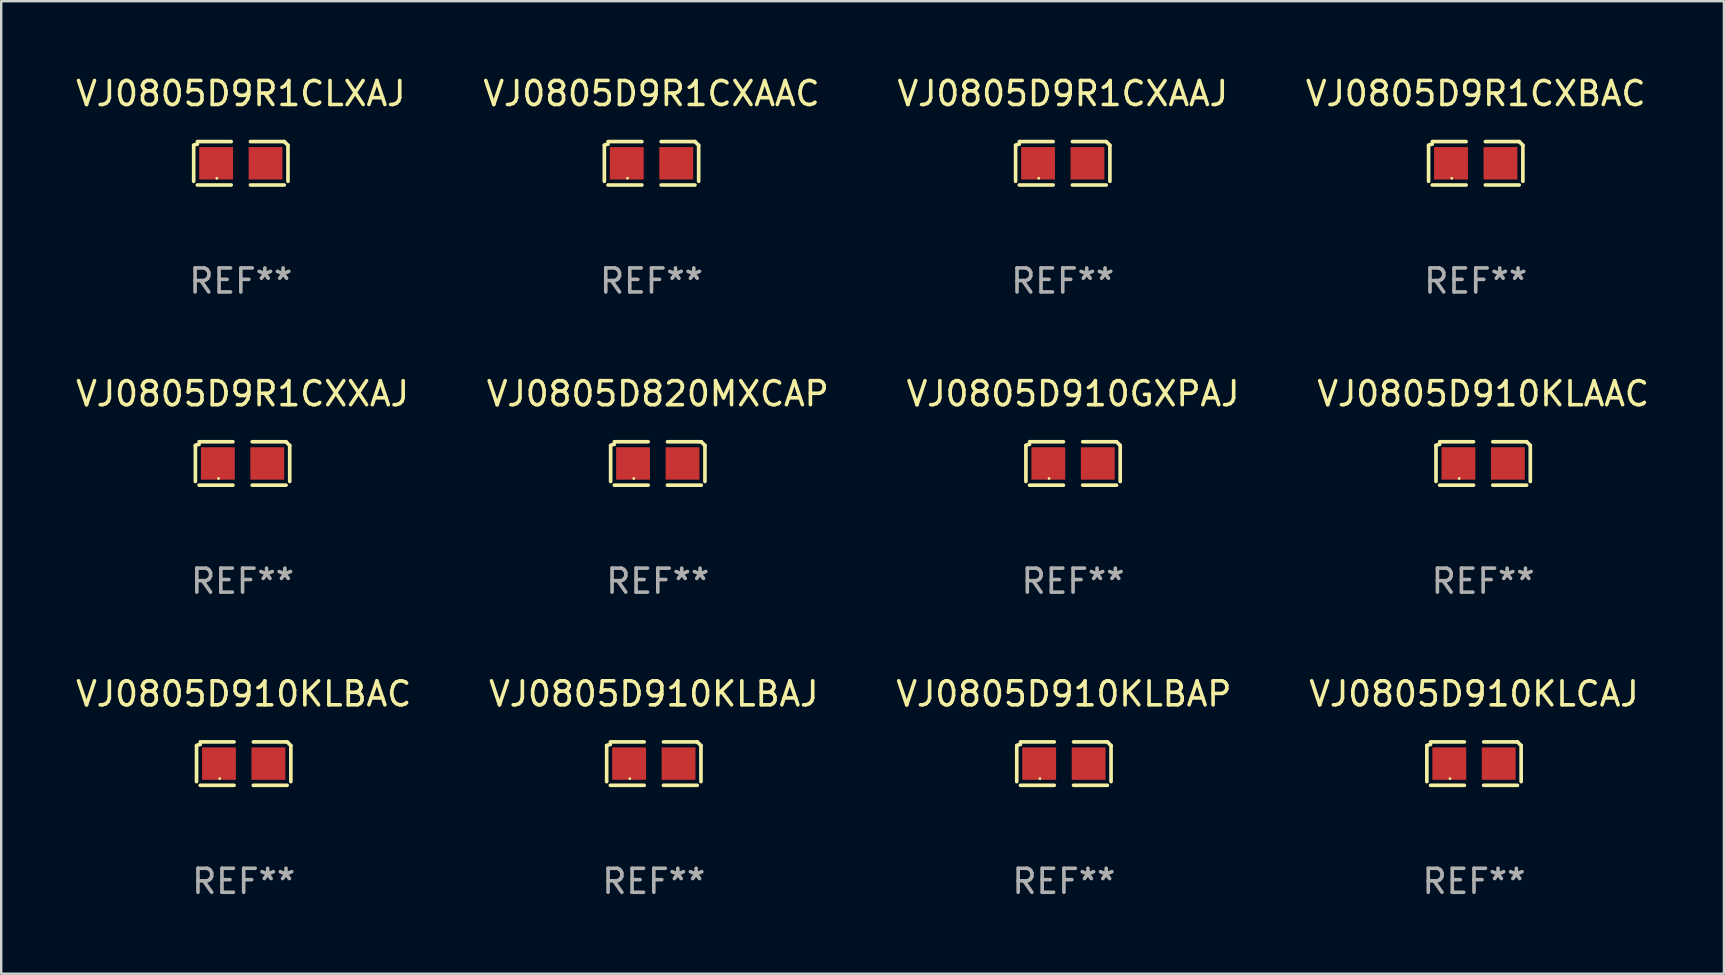
<source format=kicad_pcb>
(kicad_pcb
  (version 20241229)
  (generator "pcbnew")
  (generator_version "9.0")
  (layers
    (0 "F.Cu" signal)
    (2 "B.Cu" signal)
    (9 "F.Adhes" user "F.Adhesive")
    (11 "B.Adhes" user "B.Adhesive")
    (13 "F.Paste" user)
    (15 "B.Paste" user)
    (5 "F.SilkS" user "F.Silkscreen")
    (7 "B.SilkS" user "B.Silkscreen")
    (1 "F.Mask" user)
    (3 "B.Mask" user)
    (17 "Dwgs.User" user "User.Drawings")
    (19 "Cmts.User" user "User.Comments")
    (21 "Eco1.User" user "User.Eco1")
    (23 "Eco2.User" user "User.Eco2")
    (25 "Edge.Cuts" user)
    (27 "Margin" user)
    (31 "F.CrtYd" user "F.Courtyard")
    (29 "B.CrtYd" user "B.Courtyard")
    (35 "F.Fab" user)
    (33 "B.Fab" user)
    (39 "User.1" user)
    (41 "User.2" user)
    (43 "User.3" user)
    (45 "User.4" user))
  (footprint "VJ0805D910KLAAC"
    (layer "F.Cu")
    (at 58.732 16.256)
    (property "Reference" "VJ0805D910KLAAC" (at 0 -2.904 0) (layer "F.SilkS") (effects (font (size 1 1) (thickness 0.15))))
    (attr through_hole)
    (fp_line (start -1.964 0.751) (end -1.964 -0.751) (stroke (width 0.152) (type solid)) (layer "F.SilkS"))
    (fp_line (start -1.811 -0.904) (end -0.401 -0.904) (stroke (width 0.152) (type solid)) (layer "F.SilkS"))
    (fp_line (start -0.401 0.904) (end -1.811 0.904) (stroke (width 0.152) (type solid)) (layer "F.SilkS"))
    (fp_line (start 0.401 0.904) (end 1.811 0.904) (stroke (width 0.152) (type solid)) (layer "F.SilkS"))
    (fp_line (start 1.811 -0.904) (end 0.401 -0.904) (stroke (width 0.152) (type solid)) (layer "F.SilkS"))
    (fp_line (start 1.964 0.751) (end 1.964 -0.751) (stroke (width 0.152) (type solid)) (layer "F.SilkS"))
    (fp_arc (start -1.963602 -0.751207) (mid -1.890354 -0.783131) (end -1.811201 -0.794044) (stroke (width 0.1524) (type solid)) (layer "F.SilkS"))
    (fp_arc (start 1.811202 -0.903607) (mid 1.887413 -0.827418) (end 1.963602 -0.751207) (stroke (width 0.1524) (type solid)) (layer "F.SilkS"))
    (fp_circle (center -1 0.625) (end -0.97 0.625) (stroke (width 0.06) (type solid)) (fill no) (layer "F.SilkS"))
    (fp_text user "REF**" (at 0 4.904 0) (layer "F.Fab") (effects (font (size 1 1) (thickness 0.15))))
    (pad "1" smd rect (at -1.03 0) (size 1.41 1.35) (layers "F.Cu" "F.Mask" "F.Paste"))
    (pad "2" smd rect (at 1.03 0) (size 1.41 1.35) (layers "F.Cu" "F.Mask" "F.Paste")))
  (footprint "VJ0805D9R1CLXAJ"
    (layer "F.Cu")
    (at 6.982 3.752)
    (property "Reference" "VJ0805D9R1CLXAJ" (at 0 -2.904 0) (layer "F.SilkS") (effects (font (size 1 1) (thickness 0.15))))
    (attr through_hole)
    (fp_line (start -1.964 0.751) (end -1.964 -0.751) (stroke (width 0.152) (type solid)) (layer "F.SilkS"))
    (fp_line (start -1.811 -0.904) (end -0.401 -0.904) (stroke (width 0.152) (type solid)) (layer "F.SilkS"))
    (fp_line (start -0.401 0.904) (end -1.811 0.904) (stroke (width 0.152) (type solid)) (layer "F.SilkS"))
    (fp_line (start 0.401 0.904) (end 1.811 0.904) (stroke (width 0.152) (type solid)) (layer "F.SilkS"))
    (fp_line (start 1.811 -0.904) (end 0.401 -0.904) (stroke (width 0.152) (type solid)) (layer "F.SilkS"))
    (fp_line (start 1.964 0.751) (end 1.964 -0.751) (stroke (width 0.152) (type solid)) (layer "F.SilkS"))
    (fp_arc (start -1.963602 -0.751207) (mid -1.890354 -0.783131) (end -1.811201 -0.794044) (stroke (width 0.1524) (type solid)) (layer "F.SilkS"))
    (fp_arc (start 1.811202 -0.903607) (mid 1.887413 -0.827418) (end 1.963602 -0.751207) (stroke (width 0.1524) (type solid)) (layer "F.SilkS"))
    (fp_circle (center -1 0.625) (end -0.97 0.625) (stroke (width 0.06) (type solid)) (fill no) (layer "F.SilkS"))
    (fp_text user "REF**" (at 0 4.904 0) (layer "F.Fab") (effects (font (size 1 1) (thickness 0.15))))
    (pad "1" smd rect (at -1.03 0) (size 1.41 1.35) (layers "F.Cu" "F.Mask" "F.Paste"))
    (pad "2" smd rect (at 1.03 0) (size 1.41 1.35) (layers "F.Cu" "F.Mask" "F.Paste")))
  (footprint "VJ0805D9R1CXAAC"
    (layer "F.Cu")
    (at 24.089 3.752)
    (property "Reference" "VJ0805D9R1CXAAC" (at 0 -2.904 0) (layer "F.SilkS") (effects (font (size 1 1) (thickness 0.15))))
    (attr through_hole)
    (fp_line (start -1.964 0.751) (end -1.964 -0.751) (stroke (width 0.152) (type solid)) (layer "F.SilkS"))
    (fp_line (start -1.811 -0.904) (end -0.401 -0.904) (stroke (width 0.152) (type solid)) (layer "F.SilkS"))
    (fp_line (start -0.401 0.904) (end -1.811 0.904) (stroke (width 0.152) (type solid)) (layer "F.SilkS"))
    (fp_line (start 0.401 0.904) (end 1.811 0.904) (stroke (width 0.152) (type solid)) (layer "F.SilkS"))
    (fp_line (start 1.811 -0.904) (end 0.401 -0.904) (stroke (width 0.152) (type solid)) (layer "F.SilkS"))
    (fp_line (start 1.964 0.751) (end 1.964 -0.751) (stroke (width 0.152) (type solid)) (layer "F.SilkS"))
    (fp_arc (start -1.963602 -0.751207) (mid -1.890354 -0.783131) (end -1.811201 -0.794044) (stroke (width 0.1524) (type solid)) (layer "F.SilkS"))
    (fp_arc (start 1.811202 -0.903607) (mid 1.887413 -0.827418) (end 1.963602 -0.751207) (stroke (width 0.1524) (type solid)) (layer "F.SilkS"))
    (fp_circle (center -1 0.625) (end -0.97 0.625) (stroke (width 0.06) (type solid)) (fill no) (layer "F.SilkS"))
    (fp_text user "REF**" (at 0 4.904 0) (layer "F.Fab") (effects (font (size 1 1) (thickness 0.15))))
    (pad "1" smd rect (at -1.03 0) (size 1.41 1.35) (layers "F.Cu" "F.Mask" "F.Paste"))
    (pad "2" smd rect (at 1.03 0) (size 1.41 1.35) (layers "F.Cu" "F.Mask" "F.Paste")))
  (footprint "VJ0805D910KLBAC"
    (layer "F.Cu")
    (at 7.101 28.759)
    (property "Reference" "VJ0805D910KLBAC" (at 0 -2.904 0) (layer "F.SilkS") (effects (font (size 1 1) (thickness 0.15))))
    (attr through_hole)
    (fp_line (start -1.964 0.751) (end -1.964 -0.751) (stroke (width 0.152) (type solid)) (layer "F.SilkS"))
    (fp_line (start -1.811 -0.904) (end -0.401 -0.904) (stroke (width 0.152) (type solid)) (layer "F.SilkS"))
    (fp_line (start -0.401 0.904) (end -1.811 0.904) (stroke (width 0.152) (type solid)) (layer "F.SilkS"))
    (fp_line (start 0.401 0.904) (end 1.811 0.904) (stroke (width 0.152) (type solid)) (layer "F.SilkS"))
    (fp_line (start 1.811 -0.904) (end 0.401 -0.904) (stroke (width 0.152) (type solid)) (layer "F.SilkS"))
    (fp_line (start 1.964 0.751) (end 1.964 -0.751) (stroke (width 0.152) (type solid)) (layer "F.SilkS"))
    (fp_arc (start -1.963602 -0.751207) (mid -1.890354 -0.783131) (end -1.811201 -0.794044) (stroke (width 0.1524) (type solid)) (layer "F.SilkS"))
    (fp_arc (start 1.811202 -0.903607) (mid 1.887413 -0.827418) (end 1.963602 -0.751207) (stroke (width 0.1524) (type solid)) (layer "F.SilkS"))
    (fp_circle (center -1 0.625) (end -0.97 0.625) (stroke (width 0.06) (type solid)) (fill no) (layer "F.SilkS"))
    (fp_text user "REF**" (at 0 4.904 0) (layer "F.Fab") (effects (font (size 1 1) (thickness 0.15))))
    (pad "1" smd rect (at -1.03 0) (size 1.41 1.35) (layers "F.Cu" "F.Mask" "F.Paste"))
    (pad "2" smd rect (at 1.03 0) (size 1.41 1.35) (layers "F.Cu" "F.Mask" "F.Paste")))
  (footprint "VJ0805D910GXPAJ"
    (layer "F.Cu")
    (at 41.649 16.256)
    (property "Reference" "VJ0805D910GXPAJ" (at 0 -2.904 0) (layer "F.SilkS") (effects (font (size 1 1) (thickness 0.15))))
    (attr through_hole)
    (fp_line (start -1.964 0.751) (end -1.964 -0.751) (stroke (width 0.152) (type solid)) (layer "F.SilkS"))
    (fp_line (start -1.811 -0.904) (end -0.401 -0.904) (stroke (width 0.152) (type solid)) (layer "F.SilkS"))
    (fp_line (start -0.401 0.904) (end -1.811 0.904) (stroke (width 0.152) (type solid)) (layer "F.SilkS"))
    (fp_line (start 0.401 0.904) (end 1.811 0.904) (stroke (width 0.152) (type solid)) (layer "F.SilkS"))
    (fp_line (start 1.811 -0.904) (end 0.401 -0.904) (stroke (width 0.152) (type solid)) (layer "F.SilkS"))
    (fp_line (start 1.964 0.751) (end 1.964 -0.751) (stroke (width 0.152) (type solid)) (layer "F.SilkS"))
    (fp_arc (start -1.963602 -0.751207) (mid -1.890354 -0.783131) (end -1.811201 -0.794044) (stroke (width 0.1524) (type solid)) (layer "F.SilkS"))
    (fp_arc (start 1.811202 -0.903607) (mid 1.887413 -0.827418) (end 1.963602 -0.751207) (stroke (width 0.1524) (type solid)) (layer "F.SilkS"))
    (fp_circle (center -1 0.625) (end -0.97 0.625) (stroke (width 0.06) (type solid)) (fill no) (layer "F.SilkS"))
    (fp_text user "REF**" (at 0 4.904 0) (layer "F.Fab") (effects (font (size 1 1) (thickness 0.15))))
    (pad "1" smd rect (at -1.03 0) (size 1.41 1.35) (layers "F.Cu" "F.Mask" "F.Paste"))
    (pad "2" smd rect (at 1.03 0) (size 1.41 1.35) (layers "F.Cu" "F.Mask" "F.Paste")))
  (footprint "VJ0805D910KLBAJ"
    (layer "F.Cu")
    (at 24.185 28.759)
    (property "Reference" "VJ0805D910KLBAJ" (at 0 -2.904 0) (layer "F.SilkS") (effects (font (size 1 1) (thickness 0.15))))
    (attr through_hole)
    (fp_line (start -1.964 0.751) (end -1.964 -0.751) (stroke (width 0.152) (type solid)) (layer "F.SilkS"))
    (fp_line (start -1.811 -0.904) (end -0.401 -0.904) (stroke (width 0.152) (type solid)) (layer "F.SilkS"))
    (fp_line (start -0.401 0.904) (end -1.811 0.904) (stroke (width 0.152) (type solid)) (layer "F.SilkS"))
    (fp_line (start 0.401 0.904) (end 1.811 0.904) (stroke (width 0.152) (type solid)) (layer "F.SilkS"))
    (fp_line (start 1.811 -0.904) (end 0.401 -0.904) (stroke (width 0.152) (type solid)) (layer "F.SilkS"))
    (fp_line (start 1.964 0.751) (end 1.964 -0.751) (stroke (width 0.152) (type solid)) (layer "F.SilkS"))
    (fp_arc (start -1.963602 -0.751207) (mid -1.890354 -0.783131) (end -1.811201 -0.794044) (stroke (width 0.1524) (type solid)) (layer "F.SilkS"))
    (fp_arc (start 1.811202 -0.903607) (mid 1.887413 -0.827418) (end 1.963602 -0.751207) (stroke (width 0.1524) (type solid)) (layer "F.SilkS"))
    (fp_circle (center -1 0.625) (end -0.97 0.625) (stroke (width 0.06) (type solid)) (fill no) (layer "F.SilkS"))
    (fp_text user "REF**" (at 0 4.904 0) (layer "F.Fab") (effects (font (size 1 1) (thickness 0.15))))
    (pad "1" smd rect (at -1.03 0) (size 1.41 1.35) (layers "F.Cu" "F.Mask" "F.Paste"))
    (pad "2" smd rect (at 1.03 0) (size 1.41 1.35) (layers "F.Cu" "F.Mask" "F.Paste")))
  (footprint "VJ0805D820MXCAP"
    (layer "F.Cu")
    (at 24.351 16.256)
    (property "Reference" "VJ0805D820MXCAP" (at 0 -2.904 0) (layer "F.SilkS") (effects (font (size 1 1) (thickness 0.15))))
    (attr through_hole)
    (fp_line (start -1.964 0.751) (end -1.964 -0.751) (stroke (width 0.152) (type solid)) (layer "F.SilkS"))
    (fp_line (start -1.811 -0.904) (end -0.401 -0.904) (stroke (width 0.152) (type solid)) (layer "F.SilkS"))
    (fp_line (start -0.401 0.904) (end -1.811 0.904) (stroke (width 0.152) (type solid)) (layer "F.SilkS"))
    (fp_line (start 0.401 0.904) (end 1.811 0.904) (stroke (width 0.152) (type solid)) (layer "F.SilkS"))
    (fp_line (start 1.811 -0.904) (end 0.401 -0.904) (stroke (width 0.152) (type solid)) (layer "F.SilkS"))
    (fp_line (start 1.964 0.751) (end 1.964 -0.751) (stroke (width 0.152) (type solid)) (layer "F.SilkS"))
    (fp_arc (start -1.963602 -0.751207) (mid -1.890354 -0.783131) (end -1.811201 -0.794044) (stroke (width 0.1524) (type solid)) (layer "F.SilkS"))
    (fp_arc (start 1.811202 -0.903607) (mid 1.887413 -0.827418) (end 1.963602 -0.751207) (stroke (width 0.1524) (type solid)) (layer "F.SilkS"))
    (fp_circle (center -1 0.625) (end -0.97 0.625) (stroke (width 0.06) (type solid)) (fill no) (layer "F.SilkS"))
    (fp_text user "REF**" (at 0 4.904 0) (layer "F.Fab") (effects (font (size 1 1) (thickness 0.15))))
    (pad "1" smd rect (at -1.03 0) (size 1.41 1.35) (layers "F.Cu" "F.Mask" "F.Paste"))
    (pad "2" smd rect (at 1.03 0) (size 1.41 1.35) (layers "F.Cu" "F.Mask" "F.Paste")))
  (footprint "VJ0805D9R1CXAAJ"
    (layer "F.Cu")
    (at 41.22 3.752)
    (property "Reference" "VJ0805D9R1CXAAJ" (at 0 -2.904 0) (layer "F.SilkS") (effects (font (size 1 1) (thickness 0.15))))
    (attr through_hole)
    (fp_line (start -1.964 0.751) (end -1.964 -0.751) (stroke (width 0.152) (type solid)) (layer "F.SilkS"))
    (fp_line (start -1.811 -0.904) (end -0.401 -0.904) (stroke (width 0.152) (type solid)) (layer "F.SilkS"))
    (fp_line (start -0.401 0.904) (end -1.811 0.904) (stroke (width 0.152) (type solid)) (layer "F.SilkS"))
    (fp_line (start 0.401 0.904) (end 1.811 0.904) (stroke (width 0.152) (type solid)) (layer "F.SilkS"))
    (fp_line (start 1.811 -0.904) (end 0.401 -0.904) (stroke (width 0.152) (type solid)) (layer "F.SilkS"))
    (fp_line (start 1.964 0.751) (end 1.964 -0.751) (stroke (width 0.152) (type solid)) (layer "F.SilkS"))
    (fp_arc (start -1.963602 -0.751207) (mid -1.890354 -0.783131) (end -1.811201 -0.794044) (stroke (width 0.1524) (type solid)) (layer "F.SilkS"))
    (fp_arc (start 1.811202 -0.903607) (mid 1.887413 -0.827418) (end 1.963602 -0.751207) (stroke (width 0.1524) (type solid)) (layer "F.SilkS"))
    (fp_circle (center -1 0.625) (end -0.97 0.625) (stroke (width 0.06) (type solid)) (fill no) (layer "F.SilkS"))
    (fp_text user "REF**" (at 0 4.904 0) (layer "F.Fab") (effects (font (size 1 1) (thickness 0.15))))
    (pad "1" smd rect (at -1.03 0) (size 1.41 1.35) (layers "F.Cu" "F.Mask" "F.Paste"))
    (pad "2" smd rect (at 1.03 0) (size 1.41 1.35) (layers "F.Cu" "F.Mask" "F.Paste")))
  (footprint "VJ0805D9R1CXBAC"
    (layer "F.Cu")
    (at 58.423 3.752)
    (property "Reference" "VJ0805D9R1CXBAC" (at 0 -2.904 0) (layer "F.SilkS") (effects (font (size 1 1) (thickness 0.15))))
    (attr through_hole)
    (fp_line (start -1.964 0.751) (end -1.964 -0.751) (stroke (width 0.152) (type solid)) (layer "F.SilkS"))
    (fp_line (start -1.811 -0.904) (end -0.401 -0.904) (stroke (width 0.152) (type solid)) (layer "F.SilkS"))
    (fp_line (start -0.401 0.904) (end -1.811 0.904) (stroke (width 0.152) (type solid)) (layer "F.SilkS"))
    (fp_line (start 0.401 0.904) (end 1.811 0.904) (stroke (width 0.152) (type solid)) (layer "F.SilkS"))
    (fp_line (start 1.811 -0.904) (end 0.401 -0.904) (stroke (width 0.152) (type solid)) (layer "F.SilkS"))
    (fp_line (start 1.964 0.751) (end 1.964 -0.751) (stroke (width 0.152) (type solid)) (layer "F.SilkS"))
    (fp_arc (start -1.963602 -0.751207) (mid -1.890354 -0.783131) (end -1.811201 -0.794044) (stroke (width 0.1524) (type solid)) (layer "F.SilkS"))
    (fp_arc (start 1.811202 -0.903607) (mid 1.887413 -0.827418) (end 1.963602 -0.751207) (stroke (width 0.1524) (type solid)) (layer "F.SilkS"))
    (fp_circle (center -1 0.625) (end -0.97 0.625) (stroke (width 0.06) (type solid)) (fill no) (layer "F.SilkS"))
    (fp_text user "REF**" (at 0 4.904 0) (layer "F.Fab") (effects (font (size 1 1) (thickness 0.15))))
    (pad "1" smd rect (at -1.03 0) (size 1.41 1.35) (layers "F.Cu" "F.Mask" "F.Paste"))
    (pad "2" smd rect (at 1.03 0) (size 1.41 1.35) (layers "F.Cu" "F.Mask" "F.Paste")))
  (footprint "VJ0805D910KLBAP"
    (layer "F.Cu")
    (at 41.268 28.759)
    (property "Reference" "VJ0805D910KLBAP" (at 0 -2.904 0) (layer "F.SilkS") (effects (font (size 1 1) (thickness 0.15))))
    (attr through_hole)
    (fp_line (start -1.964 0.751) (end -1.964 -0.751) (stroke (width 0.152) (type solid)) (layer "F.SilkS"))
    (fp_line (start -1.811 -0.904) (end -0.401 -0.904) (stroke (width 0.152) (type solid)) (layer "F.SilkS"))
    (fp_line (start -0.401 0.904) (end -1.811 0.904) (stroke (width 0.152) (type solid)) (layer "F.SilkS"))
    (fp_line (start 0.401 0.904) (end 1.811 0.904) (stroke (width 0.152) (type solid)) (layer "F.SilkS"))
    (fp_line (start 1.811 -0.904) (end 0.401 -0.904) (stroke (width 0.152) (type solid)) (layer "F.SilkS"))
    (fp_line (start 1.964 0.751) (end 1.964 -0.751) (stroke (width 0.152) (type solid)) (layer "F.SilkS"))
    (fp_arc (start -1.963602 -0.751207) (mid -1.890354 -0.783131) (end -1.811201 -0.794044) (stroke (width 0.1524) (type solid)) (layer "F.SilkS"))
    (fp_arc (start 1.811202 -0.903607) (mid 1.887413 -0.827418) (end 1.963602 -0.751207) (stroke (width 0.1524) (type solid)) (layer "F.SilkS"))
    (fp_circle (center -1 0.625) (end -0.97 0.625) (stroke (width 0.06) (type solid)) (fill no) (layer "F.SilkS"))
    (fp_text user "REF**" (at 0 4.904 0) (layer "F.Fab") (effects (font (size 1 1) (thickness 0.15))))
    (pad "1" smd rect (at -1.03 0) (size 1.41 1.35) (layers "F.Cu" "F.Mask" "F.Paste"))
    (pad "2" smd rect (at 1.03 0) (size 1.41 1.35) (layers "F.Cu" "F.Mask" "F.Paste")))
  (footprint "VJ0805D910KLCAJ"
    (layer "F.Cu")
    (at 58.351 28.759)
    (property "Reference" "VJ0805D910KLCAJ" (at 0 -2.904 0) (layer "F.SilkS") (effects (font (size 1 1) (thickness 0.15))))
    (attr through_hole)
    (fp_line (start -1.964 0.751) (end -1.964 -0.751) (stroke (width 0.152) (type solid)) (layer "F.SilkS"))
    (fp_line (start -1.811 -0.904) (end -0.401 -0.904) (stroke (width 0.152) (type solid)) (layer "F.SilkS"))
    (fp_line (start -0.401 0.904) (end -1.811 0.904) (stroke (width 0.152) (type solid)) (layer "F.SilkS"))
    (fp_line (start 0.401 0.904) (end 1.811 0.904) (stroke (width 0.152) (type solid)) (layer "F.SilkS"))
    (fp_line (start 1.811 -0.904) (end 0.401 -0.904) (stroke (width 0.152) (type solid)) (layer "F.SilkS"))
    (fp_line (start 1.964 0.751) (end 1.964 -0.751) (stroke (width 0.152) (type solid)) (layer "F.SilkS"))
    (fp_arc (start -1.963602 -0.751207) (mid -1.890354 -0.783131) (end -1.811201 -0.794044) (stroke (width 0.1524) (type solid)) (layer "F.SilkS"))
    (fp_arc (start 1.811202 -0.903607) (mid 1.887413 -0.827418) (end 1.963602 -0.751207) (stroke (width 0.1524) (type solid)) (layer "F.SilkS"))
    (fp_circle (center -1 0.625) (end -0.97 0.625) (stroke (width 0.06) (type solid)) (fill no) (layer "F.SilkS"))
    (fp_text user "REF**" (at 0 4.904 0) (layer "F.Fab") (effects (font (size 1 1) (thickness 0.15))))
    (pad "1" smd rect (at -1.03 0) (size 1.41 1.35) (layers "F.Cu" "F.Mask" "F.Paste"))
    (pad "2" smd rect (at 1.03 0) (size 1.41 1.35) (layers "F.Cu" "F.Mask" "F.Paste")))
  (footprint "VJ0805D9R1CXXAJ"
    (layer "F.Cu")
    (at 7.054 16.256)
    (property "Reference" "VJ0805D9R1CXXAJ" (at 0 -2.904 0) (layer "F.SilkS") (effects (font (size 1 1) (thickness 0.15))))
    (attr through_hole)
    (fp_line (start -1.964 0.751) (end -1.964 -0.751) (stroke (width 0.152) (type solid)) (layer "F.SilkS"))
    (fp_line (start -1.811 -0.904) (end -0.401 -0.904) (stroke (width 0.152) (type solid)) (layer "F.SilkS"))
    (fp_line (start -0.401 0.904) (end -1.811 0.904) (stroke (width 0.152) (type solid)) (layer "F.SilkS"))
    (fp_line (start 0.401 0.904) (end 1.811 0.904) (stroke (width 0.152) (type solid)) (layer "F.SilkS"))
    (fp_line (start 1.811 -0.904) (end 0.401 -0.904) (stroke (width 0.152) (type solid)) (layer "F.SilkS"))
    (fp_line (start 1.964 0.751) (end 1.964 -0.751) (stroke (width 0.152) (type solid)) (layer "F.SilkS"))
    (fp_arc (start -1.963602 -0.751207) (mid -1.890354 -0.783131) (end -1.811201 -0.794044) (stroke (width 0.1524) (type solid)) (layer "F.SilkS"))
    (fp_arc (start 1.811202 -0.903607) (mid 1.887413 -0.827418) (end 1.963602 -0.751207) (stroke (width 0.1524) (type solid)) (layer "F.SilkS"))
    (fp_circle (center -1 0.625) (end -0.97 0.625) (stroke (width 0.06) (type solid)) (fill no) (layer "F.SilkS"))
    (fp_text user "REF**" (at 0 4.904 0) (layer "F.Fab") (effects (font (size 1 1) (thickness 0.15))))
    (pad "1" smd rect (at -1.03 0) (size 1.41 1.35) (layers "F.Cu" "F.Mask" "F.Paste"))
    (pad "2" smd rect (at 1.03 0) (size 1.41 1.35) (layers "F.Cu" "F.Mask" "F.Paste")))
  (gr_rect
    (start -3 -3)
    (end 68.762 37.511)
    (stroke (width 0.1) (type default))
    (fill no)
    (layer "Edge.Cuts")))
</source>
